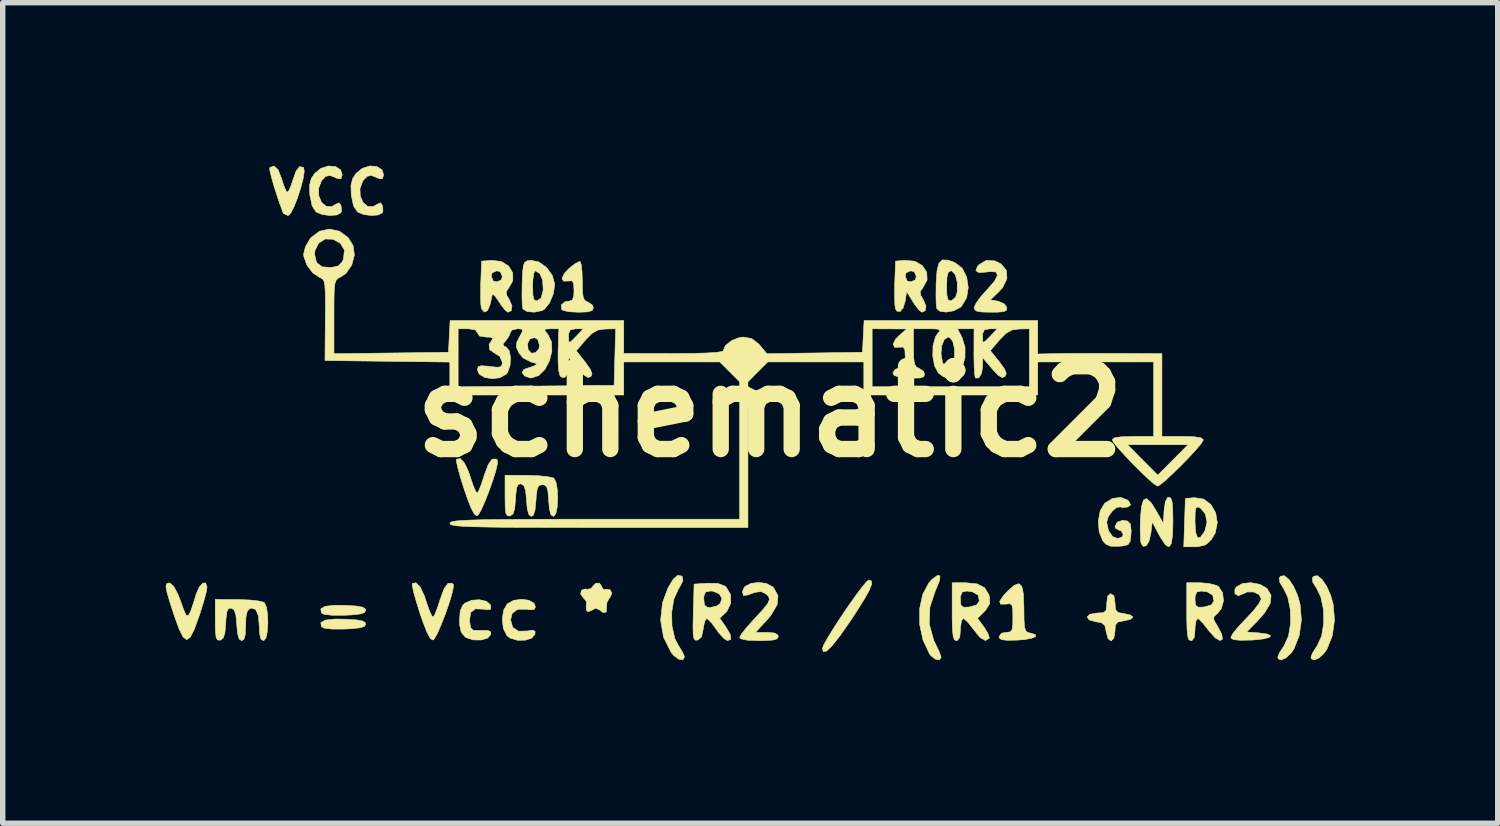
<source format=kicad_pcb>
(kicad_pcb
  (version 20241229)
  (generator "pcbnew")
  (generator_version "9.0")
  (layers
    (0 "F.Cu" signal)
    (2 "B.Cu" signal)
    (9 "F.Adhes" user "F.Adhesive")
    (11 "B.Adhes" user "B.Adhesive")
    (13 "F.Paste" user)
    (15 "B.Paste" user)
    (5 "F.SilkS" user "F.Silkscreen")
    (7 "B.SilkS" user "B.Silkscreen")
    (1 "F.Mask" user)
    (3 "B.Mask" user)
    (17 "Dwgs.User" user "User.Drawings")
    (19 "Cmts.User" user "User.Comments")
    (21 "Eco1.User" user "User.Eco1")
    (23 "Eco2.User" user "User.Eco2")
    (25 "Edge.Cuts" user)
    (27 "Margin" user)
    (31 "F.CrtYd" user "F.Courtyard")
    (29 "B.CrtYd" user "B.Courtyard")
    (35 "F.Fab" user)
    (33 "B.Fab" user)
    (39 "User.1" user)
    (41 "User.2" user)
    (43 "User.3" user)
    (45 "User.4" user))
  (footprint "schematic2"
    (layer "F.Cu")
    (at 11.123 4.526)
    (property "Reference" "schematic2" (at 0 0 0) (layer "F.SilkS") (effects (font (size 1.524 1.524) (thickness 0.3))))
    (attr through_hole)
    (fp_poly (pts (xy -7.818 3.566) (xy -7.617 3.579) (xy -7.499 3.6) (xy -7.448 3.633) (xy -7.442 3.658) (xy -7.464 3.699) (xy -7.542 3.725) (xy -7.693 3.742) (xy -7.832 3.749) (xy -8.061 3.749) (xy -8.207 3.732) (xy -8.256 3.706) (xy -8.268 3.632) (xy -8.19 3.585) (xy -8.02 3.565) (xy -7.818 3.566)) (stroke (width 0.01) (type solid)) (fill yes) (layer "F.SilkS"))
    (fp_poly (pts (xy -7.818 3.82) (xy -7.617 3.833) (xy -7.499 3.854) (xy -7.448 3.887) (xy -7.442 3.912) (xy -7.464 3.953) (xy -7.542 3.979) (xy -7.693 3.996) (xy -7.832 4.003) (xy -8.061 4.003) (xy -8.207 3.986) (xy -8.256 3.96) (xy -8.268 3.886) (xy -8.19 3.839) (xy -8.02 3.819) (xy -7.818 3.82)) (stroke (width 0.01) (type solid)) (fill yes) (layer "F.SilkS"))
    (fp_poly (pts (xy 1.866 3.117) (xy 1.871 3.177) (xy 1.828 3.288) (xy 1.732 3.459) (xy 1.581 3.699) (xy 1.491 3.836) (xy 1.296 4.116) (xy 1.146 4.307) (xy 1.041 4.408) (xy 0.981 4.418) (xy 0.965 4.358) (xy 0.992 4.288) (xy 1.066 4.157) (xy 1.172 3.985) (xy 1.3 3.788) (xy 1.436 3.587) (xy 1.569 3.399) (xy 1.685 3.243) (xy 1.772 3.137) (xy 1.816 3.1) (xy 1.866 3.117)) (stroke (width 0.01) (type solid)) (fill yes) (layer "F.SilkS"))
    (fp_poly (pts (xy 3.129 3.022) (xy 3.123 3.106) (xy 3.06 3.261) (xy 3.046 3.29) (xy 2.943 3.598) (xy 2.932 3.912) (xy 3.014 4.21) (xy 3.037 4.258) (xy 3.104 4.395) (xy 3.144 4.497) (xy 3.15 4.523) (xy 3.118 4.571) (xy 3.046 4.558) (xy 2.963 4.494) (xy 2.935 4.458) (xy 2.815 4.201) (xy 2.755 3.917) (xy 2.754 3.629) (xy 2.811 3.365) (xy 2.925 3.151) (xy 2.979 3.092) (xy 3.08 3.016) (xy 3.129 3.022)) (stroke (width 0.01) (type solid)) (fill yes) (layer "F.SilkS"))
    (fp_poly (pts (xy -1.627 3.027) (xy -1.615 3.038) (xy -1.602 3.112) (xy -1.666 3.236) (xy -1.683 3.26) (xy -1.769 3.451) (xy -1.81 3.694) (xy -1.804 3.948) (xy -1.752 4.178) (xy -1.689 4.3) (xy -1.615 4.418) (xy -1.576 4.505) (xy -1.575 4.516) (xy -1.605 4.57) (xy -1.679 4.558) (xy -1.771 4.49) (xy -1.82 4.432) (xy -1.96 4.152) (xy -2.013 3.839) (xy -1.978 3.516) (xy -1.879 3.25) (xy -1.781 3.085) (xy -1.699 3.013) (xy -1.627 3.027)) (stroke (width 0.01) (type solid)) (fill yes) (layer "F.SilkS"))
    (fp_poly (pts (xy 9.551 3.088) (xy 9.637 3.216) (xy 9.713 3.388) (xy 9.757 3.546) (xy 9.781 3.836) (xy 9.741 4.122) (xy 9.645 4.367) (xy 9.593 4.444) (xy 9.498 4.533) (xy 9.41 4.572) (xy 9.354 4.551) (xy 9.347 4.519) (xy 9.375 4.447) (xy 9.444 4.336) (xy 9.461 4.312) (xy 9.544 4.131) (xy 9.583 3.895) (xy 9.577 3.643) (xy 9.529 3.411) (xy 9.455 3.26) (xy 9.382 3.139) (xy 9.373 3.064) (xy 9.396 3.031) (xy 9.466 3.02) (xy 9.551 3.088)) (stroke (width 0.01) (type solid)) (fill yes) (layer "F.SilkS"))
    (fp_poly (pts (xy 10.16 3.088) (xy 10.247 3.216) (xy 10.322 3.388) (xy 10.366 3.546) (xy 10.391 3.836) (xy 10.351 4.122) (xy 10.254 4.367) (xy 10.202 4.444) (xy 10.108 4.533) (xy 10.02 4.572) (xy 9.964 4.551) (xy 9.957 4.519) (xy 9.985 4.447) (xy 10.054 4.336) (xy 10.071 4.312) (xy 10.154 4.131) (xy 10.192 3.895) (xy 10.187 3.643) (xy 10.138 3.411) (xy 10.065 3.26) (xy 9.991 3.139) (xy 9.983 3.064) (xy 10.005 3.031) (xy 10.075 3.02) (xy 10.16 3.088)) (stroke (width 0.01) (type solid)) (fill yes) (layer "F.SilkS"))
    (fp_poly (pts (xy -4.438 3.473) (xy -4.343 3.529) (xy -4.318 3.593) (xy -4.342 3.644) (xy -4.429 3.647) (xy -4.478 3.638) (xy -4.643 3.638) (xy -4.745 3.712) (xy -4.775 3.835) (xy -4.736 3.972) (xy -4.627 4.042) (xy -4.468 4.038) (xy -4.36 4.022) (xy -4.323 4.048) (xy -4.326 4.097) (xy -4.385 4.17) (xy -4.505 4.208) (xy -4.648 4.209) (xy -4.78 4.171) (xy -4.841 4.126) (xy -4.908 3.993) (xy -4.928 3.821) (xy -4.902 3.653) (xy -4.835 3.538) (xy -4.716 3.474) (xy -4.573 3.454) (xy -4.438 3.473)) (stroke (width 0.01) (type solid)) (fill yes) (layer "F.SilkS"))
    (fp_poly (pts (xy -9.055 -4.453) (xy -8.991 -4.291) (xy -8.946 -4.15) (xy -8.904 -4.056) (xy -8.889 -4.038) (xy -8.855 -4.068) (xy -8.811 -4.17) (xy -8.788 -4.244) (xy -8.724 -4.426) (xy -8.659 -4.509) (xy -8.592 -4.496) (xy -8.583 -4.488) (xy -8.573 -4.418) (xy -8.594 -4.284) (xy -8.638 -4.114) (xy -8.697 -3.933) (xy -8.761 -3.771) (xy -8.821 -3.653) (xy -8.869 -3.607) (xy -8.869 -3.607) (xy -8.951 -3.644) (xy -8.967 -3.67) (xy -9.053 -3.912) (xy -9.125 -4.134) (xy -9.178 -4.319) (xy -9.207 -4.445) (xy -9.207 -4.492) (xy -9.129 -4.521) (xy -9.055 -4.453)) (stroke (width 0.01) (type solid)) (fill yes) (layer "F.SilkS"))
    (fp_poly (pts (xy 7.983 1.611) (xy 8.117 1.712) (xy 8.204 1.864) (xy 8.233 2.046) (xy 8.196 2.233) (xy 8.124 2.355) (xy 8.02 2.451) (xy 7.884 2.487) (xy 7.818 2.489) (xy 7.616 2.489) (xy 7.631 2.034) (xy 7.823 2.034) (xy 7.835 2.224) (xy 7.869 2.318) (xy 7.922 2.315) (xy 7.995 2.214) (xy 8.006 2.192) (xy 8.043 2.036) (xy 8.014 1.886) (xy 7.928 1.78) (xy 7.919 1.775) (xy 7.866 1.755) (xy 7.838 1.779) (xy 7.826 1.866) (xy 7.823 2.034) (xy 7.631 2.034) (xy 7.645 1.6) (xy 7.81 1.584) (xy 7.983 1.611)) (stroke (width 0.01) (type solid)) (fill yes) (layer "F.SilkS"))
    (fp_poly (pts (xy -3.099 3.213) (xy -3.099 3.224) (xy -3.064 3.276) (xy -3.028 3.272) (xy -2.947 3.277) (xy -2.911 3.339) (xy -2.941 3.415) (xy -2.952 3.424) (xy -3.002 3.515) (xy -3.007 3.594) (xy -3.015 3.69) (xy -3.072 3.699) (xy -3.137 3.65) (xy -3.208 3.618) (xy -3.27 3.652) (xy -3.347 3.684) (xy -3.377 3.66) (xy -3.385 3.572) (xy -3.376 3.553) (xy -3.384 3.484) (xy -3.432 3.433) (xy -3.485 3.357) (xy -3.47 3.288) (xy -3.401 3.264) (xy -3.371 3.272) (xy -3.293 3.258) (xy -3.269 3.225) (xy -3.211 3.161) (xy -3.14 3.157) (xy -3.099 3.213)) (stroke (width 0.01) (type solid)) (fill yes) (layer "F.SilkS"))
    (fp_poly (pts (xy -6.439 3.228) (xy -6.362 3.392) (xy -6.327 3.498) (xy -6.274 3.653) (xy -6.227 3.757) (xy -6.199 3.785) (xy -6.167 3.729) (xy -6.119 3.604) (xy -6.071 3.457) (xy -5.999 3.26) (xy -5.928 3.162) (xy -5.857 3.158) (xy -5.83 3.179) (xy -5.829 3.241) (xy -5.859 3.372) (xy -5.913 3.547) (xy -5.981 3.739) (xy -6.054 3.926) (xy -6.122 4.082) (xy -6.178 4.182) (xy -6.204 4.205) (xy -6.252 4.176) (xy -6.312 4.067) (xy -6.389 3.87) (xy -6.445 3.706) (xy -6.511 3.493) (xy -6.56 3.318) (xy -6.585 3.202) (xy -6.585 3.165) (xy -6.516 3.15) (xy -6.439 3.228)) (stroke (width 0.01) (type solid)) (fill yes) (layer "F.SilkS"))
    (fp_poly (pts (xy -5.627 0.942) (xy -5.549 1.106) (xy -5.514 1.212) (xy -5.461 1.367) (xy -5.415 1.471) (xy -5.386 1.499) (xy -5.354 1.443) (xy -5.306 1.318) (xy -5.259 1.171) (xy -5.186 0.974) (xy -5.115 0.876) (xy -5.044 0.872) (xy -5.017 0.893) (xy -5.016 0.955) (xy -5.046 1.086) (xy -5.1 1.261) (xy -5.168 1.453) (xy -5.241 1.64) (xy -5.31 1.796) (xy -5.366 1.896) (xy -5.391 1.919) (xy -5.439 1.89) (xy -5.499 1.781) (xy -5.576 1.584) (xy -5.632 1.42) (xy -5.699 1.207) (xy -5.747 1.032) (xy -5.772 0.916) (xy -5.773 0.879) (xy -5.703 0.864) (xy -5.627 0.942)) (stroke (width 0.01) (type solid)) (fill yes) (layer "F.SilkS"))
    (fp_poly (pts (xy -5.219 3.492) (xy -5.145 3.557) (xy -5.139 3.574) (xy -5.142 3.637) (xy -5.204 3.648) (xy -5.266 3.637) (xy -5.423 3.631) (xy -5.509 3.696) (xy -5.53 3.838) (xy -5.528 3.866) (xy -5.51 3.978) (xy -5.464 4.024) (xy -5.357 4.029) (xy -5.318 4.027) (xy -5.191 4.027) (xy -5.141 4.056) (xy -5.14 4.103) (xy -5.198 4.17) (xy -5.317 4.204) (xy -5.459 4.203) (xy -5.589 4.162) (xy -5.613 4.147) (xy -5.683 4.063) (xy -5.712 3.928) (xy -5.715 3.835) (xy -5.701 3.664) (xy -5.652 3.56) (xy -5.613 3.524) (xy -5.49 3.472) (xy -5.346 3.463) (xy -5.219 3.492)) (stroke (width 0.01) (type solid)) (fill yes) (layer "F.SilkS"))
    (fp_poly (pts (xy -10.364 3.224) (xy -10.363 3.241) (xy -10.379 3.328) (xy -10.42 3.484) (xy -10.48 3.679) (xy -10.507 3.761) (xy -10.596 4.006) (xy -10.67 4.152) (xy -10.737 4.199) (xy -10.804 4.148) (xy -10.878 3.999) (xy -10.967 3.75) (xy -10.968 3.749) (xy -11.05 3.496) (xy -11.1 3.324) (xy -11.118 3.219) (xy -11.106 3.167) (xy -11.067 3.155) (xy -11.041 3.159) (xy -10.974 3.218) (xy -10.897 3.365) (xy -10.843 3.505) (xy -10.786 3.666) (xy -10.743 3.75) (xy -10.705 3.754) (xy -10.662 3.673) (xy -10.605 3.502) (xy -10.563 3.363) (xy -10.507 3.233) (xy -10.444 3.16) (xy -10.39 3.153) (xy -10.364 3.224)) (stroke (width 0.01) (type solid)) (fill yes) (layer "F.SilkS"))
    (fp_poly (pts (xy -7.998 -4.511) (xy -7.904 -4.45) (xy -7.874 -4.358) (xy -7.897 -4.285) (xy -7.95 -4.287) (xy -8.066 -4.334) (xy -8.099 -4.347) (xy -8.179 -4.33) (xy -8.256 -4.248) (xy -8.309 -4.108) (xy -8.304 -3.968) (xy -8.254 -3.851) (xy -8.17 -3.779) (xy -8.067 -3.773) (xy -7.999 -3.812) (xy -7.933 -3.843) (xy -7.896 -3.793) (xy -7.886 -3.694) (xy -7.898 -3.66) (xy -7.974 -3.619) (xy -8.104 -3.609) (xy -8.246 -3.629) (xy -8.354 -3.674) (xy -8.428 -3.786) (xy -8.469 -3.985) (xy -8.47 -3.992) (xy -8.475 -4.167) (xy -8.443 -4.289) (xy -8.383 -4.382) (xy -8.266 -4.478) (xy -8.128 -4.521) (xy -7.998 -4.511)) (stroke (width 0.01) (type solid)) (fill yes) (layer "F.SilkS"))
    (fp_poly (pts (xy -7.236 -4.511) (xy -7.142 -4.45) (xy -7.112 -4.358) (xy -7.135 -4.285) (xy -7.188 -4.287) (xy -7.304 -4.334) (xy -7.337 -4.347) (xy -7.417 -4.33) (xy -7.494 -4.248) (xy -7.547 -4.108) (xy -7.542 -3.968) (xy -7.492 -3.851) (xy -7.408 -3.779) (xy -7.305 -3.773) (xy -7.237 -3.812) (xy -7.171 -3.843) (xy -7.133 -3.793) (xy -7.124 -3.694) (xy -7.136 -3.66) (xy -7.212 -3.619) (xy -7.342 -3.609) (xy -7.484 -3.629) (xy -7.592 -3.674) (xy -7.666 -3.786) (xy -7.707 -3.985) (xy -7.708 -3.992) (xy -7.713 -4.167) (xy -7.681 -4.289) (xy -7.621 -4.382) (xy -7.504 -4.478) (xy -7.366 -4.521) (xy -7.236 -4.511)) (stroke (width 0.01) (type solid)) (fill yes) (layer "F.SilkS"))
    (fp_poly (pts (xy 4.14 -2.774) (xy 4.256 -2.715) (xy 4.353 -2.595) (xy 4.361 -2.446) (xy 4.283 -2.285) (xy 4.213 -2.207) (xy 4.057 -2.057) (xy 4.199 -2.032) (xy 4.313 -1.983) (xy 4.359 -1.917) (xy 4.355 -1.868) (xy 4.306 -1.841) (xy 4.19 -1.83) (xy 4.068 -1.829) (xy 3.894 -1.833) (xy 3.799 -1.851) (xy 3.763 -1.888) (xy 3.759 -1.916) (xy 3.793 -1.995) (xy 3.881 -2.116) (xy 3.994 -2.241) (xy 4.134 -2.402) (xy 4.188 -2.513) (xy 4.156 -2.571) (xy 4.037 -2.577) (xy 3.991 -2.569) (xy 3.846 -2.558) (xy 3.789 -2.594) (xy 3.82 -2.674) (xy 3.843 -2.701) (xy 3.978 -2.783) (xy 4.14 -2.774)) (stroke (width 0.01) (type solid)) (fill yes) (layer "F.SilkS"))
    (fp_poly (pts (xy 7.379 1.595) (xy 7.402 1.666) (xy 7.413 1.805) (xy 7.417 2.028) (xy 7.417 2.032) (xy 7.409 2.283) (xy 7.385 2.435) (xy 7.343 2.491) (xy 7.279 2.453) (xy 7.192 2.322) (xy 7.157 2.259) (xy 7.036 2.029) (xy 7.01 2.242) (xy 6.977 2.386) (xy 6.925 2.47) (xy 6.869 2.48) (xy 6.83 2.425) (xy 6.819 2.341) (xy 6.814 2.187) (xy 6.817 1.996) (xy 6.818 1.976) (xy 6.837 1.753) (xy 6.874 1.628) (xy 6.931 1.601) (xy 7.011 1.671) (xy 7.111 1.829) (xy 7.239 2.057) (xy 7.254 1.816) (xy 7.277 1.654) (xy 7.319 1.581) (xy 7.343 1.575) (xy 7.379 1.595)) (stroke (width 0.01) (type solid)) (fill yes) (layer "F.SilkS"))
    (fp_poly (pts (xy -3.493 -2.761) (xy -3.474 -2.702) (xy -3.46 -2.57) (xy -3.454 -2.393) (xy -3.454 -2.391) (xy -3.451 -2.204) (xy -3.436 -2.095) (xy -3.403 -2.04) (xy -3.353 -2.017) (xy -3.27 -1.962) (xy -3.251 -1.91) (xy -3.273 -1.861) (xy -3.351 -1.836) (xy -3.507 -1.829) (xy -3.528 -1.829) (xy -3.687 -1.837) (xy -3.801 -1.86) (xy -3.835 -1.88) (xy -3.843 -1.964) (xy -3.772 -2.021) (xy -3.705 -2.032) (xy -3.64 -2.051) (xy -3.612 -2.124) (xy -3.607 -2.23) (xy -3.614 -2.358) (xy -3.644 -2.407) (xy -3.703 -2.404) (xy -3.802 -2.401) (xy -3.828 -2.454) (xy -3.782 -2.547) (xy -3.698 -2.636) (xy -3.59 -2.721) (xy -3.51 -2.762) (xy -3.493 -2.761)) (stroke (width 0.01) (type solid)) (fill yes) (layer "F.SilkS"))
    (fp_poly (pts (xy 4.635 3.218) (xy 4.664 3.356) (xy 4.673 3.588) (xy 4.674 3.627) (xy 4.676 3.837) (xy 4.685 3.967) (xy 4.707 4.036) (xy 4.745 4.066) (xy 4.777 4.073) (xy 4.88 4.102) (xy 4.893 4.136) (xy 4.825 4.17) (xy 4.689 4.196) (xy 4.559 4.206) (xy 4.373 4.21) (xy 4.267 4.2) (xy 4.223 4.171) (xy 4.216 4.143) (xy 4.26 4.079) (xy 4.343 4.064) (xy 4.417 4.056) (xy 4.455 4.017) (xy 4.469 3.921) (xy 4.47 3.792) (xy 4.468 3.635) (xy 4.451 3.557) (xy 4.41 3.535) (xy 4.343 3.544) (xy 4.242 3.544) (xy 4.228 3.491) (xy 4.299 3.385) (xy 4.376 3.303) (xy 4.497 3.197) (xy 4.581 3.167) (xy 4.635 3.218)) (stroke (width 0.01) (type solid)) (fill yes) (layer "F.SilkS"))
    (fp_poly (pts (xy 6.331 3.392) (xy 6.35 3.517) (xy 6.35 3.527) (xy 6.36 3.647) (xy 6.409 3.699) (xy 6.515 3.718) (xy 6.628 3.742) (xy 6.68 3.781) (xy 6.68 3.785) (xy 6.636 3.823) (xy 6.527 3.85) (xy 6.515 3.851) (xy 6.403 3.873) (xy 6.358 3.929) (xy 6.35 4.042) (xy 6.328 4.175) (xy 6.277 4.221) (xy 6.222 4.179) (xy 6.188 4.051) (xy 6.163 3.935) (xy 6.097 3.885) (xy 6.007 3.87) (xy 5.877 3.836) (xy 5.837 3.781) (xy 5.885 3.731) (xy 6.019 3.708) (xy 6.02 3.708) (xy 6.139 3.701) (xy 6.188 3.656) (xy 6.198 3.544) (xy 6.198 3.531) (xy 6.214 3.399) (xy 6.267 3.353) (xy 6.274 3.353) (xy 6.331 3.392)) (stroke (width 0.01) (type solid)) (fill yes) (layer "F.SilkS"))
    (fp_poly (pts (xy 3.277 -2.788) (xy 3.403 -2.743) (xy 3.538 -2.638) (xy 3.621 -2.474) (xy 3.649 -2.282) (xy 3.619 -2.094) (xy 3.526 -1.94) (xy 3.501 -1.918) (xy 3.38 -1.855) (xy 3.242 -1.831) (xy 3.125 -1.848) (xy 3.07 -1.897) (xy 3.059 -1.978) (xy 3.055 -2.13) (xy 3.057 -2.308) (xy 3.251 -2.308) (xy 3.256 -2.145) (xy 3.274 -2.063) (xy 3.312 -2.039) (xy 3.34 -2.041) (xy 3.416 -2.104) (xy 3.446 -2.204) (xy 3.447 -2.381) (xy 3.412 -2.518) (xy 3.348 -2.587) (xy 3.326 -2.591) (xy 3.281 -2.565) (xy 3.258 -2.475) (xy 3.251 -2.308) (xy 3.057 -2.308) (xy 3.057 -2.324) (xy 3.058 -2.366) (xy 3.074 -2.593) (xy 3.109 -2.731) (xy 3.172 -2.792) (xy 3.277 -2.788)) (stroke (width 0.01) (type solid)) (fill yes) (layer "F.SilkS"))
    (fp_poly (pts (xy -0.064 3.164) (xy 0.056 3.23) (xy 0.068 3.243) (xy 0.147 3.389) (xy 0.131 3.556) (xy 0.019 3.747) (xy -0.057 3.837) (xy -0.267 4.064) (xy -0.057 4.064) (xy 0.086 4.076) (xy 0.147 4.115) (xy 0.152 4.14) (xy 0.131 4.182) (xy 0.056 4.205) (xy -0.092 4.215) (xy -0.203 4.216) (xy -0.419 4.208) (xy -0.536 4.183) (xy -0.559 4.157) (xy -0.526 4.095) (xy -0.438 3.983) (xy -0.313 3.842) (xy -0.279 3.806) (xy -0.127 3.642) (xy -0.04 3.531) (xy -0.01 3.456) (xy -0.029 3.399) (xy -0.076 3.353) (xy -0.159 3.314) (xy -0.273 3.326) (xy -0.419 3.378) (xy -0.49 3.384) (xy -0.508 3.313) (xy -0.465 3.222) (xy -0.355 3.164) (xy -0.211 3.144) (xy -0.064 3.164)) (stroke (width 0.01) (type solid)) (fill yes) (layer "F.SilkS"))
    (fp_poly (pts (xy 2.666 -2.767) (xy 2.805 -2.687) (xy 2.885 -2.565) (xy 2.892 -2.422) (xy 2.815 -2.282) (xy 2.765 -2.209) (xy 2.775 -2.139) (xy 2.82 -2.064) (xy 2.871 -1.943) (xy 2.857 -1.857) (xy 2.795 -1.829) (xy 2.744 -1.868) (xy 2.667 -1.967) (xy 2.633 -2.019) (xy 2.515 -2.21) (xy 2.489 -2.036) (xy 2.451 -1.908) (xy 2.394 -1.841) (xy 2.336 -1.849) (xy 2.309 -1.893) (xy 2.298 -1.975) (xy 2.293 -2.129) (xy 2.295 -2.324) (xy 2.296 -2.367) (xy 2.301 -2.489) (xy 2.489 -2.489) (xy 2.525 -2.404) (xy 2.591 -2.388) (xy 2.676 -2.424) (xy 2.692 -2.489) (xy 2.656 -2.574) (xy 2.591 -2.591) (xy 2.506 -2.555) (xy 2.489 -2.489) (xy 2.301 -2.489) (xy 2.311 -2.769) (xy 2.48 -2.785) (xy 2.666 -2.767)) (stroke (width 0.01) (type solid)) (fill yes) (layer "F.SilkS"))
    (fp_poly (pts (xy 9.016 3.179) (xy 9.145 3.252) (xy 9.148 3.256) (xy 9.223 3.381) (xy 9.209 3.527) (xy 9.106 3.702) (xy 8.981 3.845) (xy 8.774 4.057) (xy 8.997 4.073) (xy 9.153 4.094) (xy 9.215 4.124) (xy 9.189 4.156) (xy 9.082 4.184) (xy 8.901 4.204) (xy 8.852 4.206) (xy 8.651 4.209) (xy 8.535 4.198) (xy 8.487 4.169) (xy 8.484 4.153) (xy 8.518 4.088) (xy 8.608 3.975) (xy 8.736 3.837) (xy 8.763 3.81) (xy 8.897 3.667) (xy 8.996 3.54) (xy 9.041 3.453) (xy 9.042 3.444) (xy 9 3.365) (xy 8.899 3.32) (xy 8.782 3.32) (xy 8.709 3.355) (xy 8.618 3.39) (xy 8.558 3.352) (xy 8.557 3.27) (xy 8.583 3.228) (xy 8.694 3.165) (xy 8.851 3.149) (xy 9.016 3.179)) (stroke (width 0.01) (type solid)) (fill yes) (layer "F.SilkS"))
    (fp_poly (pts (xy -4.257 -2.756) (xy -4.115 -2.655) (xy -4.008 -2.51) (xy -3.963 -2.347) (xy -3.962 -2.338) (xy -3.989 -2.164) (xy -4.058 -2.001) (xy -4.15 -1.886) (xy -4.193 -1.86) (xy -4.334 -1.83) (xy -4.465 -1.84) (xy -4.545 -1.886) (xy -4.55 -1.897) (xy -4.561 -1.978) (xy -4.565 -2.13) (xy -4.563 -2.308) (xy -4.369 -2.308) (xy -4.364 -2.145) (xy -4.346 -2.063) (xy -4.308 -2.039) (xy -4.28 -2.041) (xy -4.211 -2.094) (xy -4.177 -2.229) (xy -4.175 -2.252) (xy -4.185 -2.419) (xy -4.237 -2.541) (xy -4.32 -2.591) (xy -4.324 -2.591) (xy -4.348 -2.545) (xy -4.365 -2.426) (xy -4.369 -2.308) (xy -4.563 -2.308) (xy -4.563 -2.324) (xy -4.562 -2.367) (xy -4.553 -2.567) (xy -4.539 -2.688) (xy -4.513 -2.75) (xy -4.465 -2.776) (xy -4.406 -2.785) (xy -4.257 -2.756)) (stroke (width 0.01) (type solid)) (fill yes) (layer "F.SilkS"))
    (fp_poly (pts (xy 6.582 1.629) (xy 6.604 1.65) (xy 6.638 1.717) (xy 6.587 1.756) (xy 6.489 1.766) (xy 6.456 1.755) (xy 6.384 1.762) (xy 6.299 1.832) (xy 6.227 1.933) (xy 6.198 2.035) (xy 6.229 2.191) (xy 6.308 2.301) (xy 6.403 2.337) (xy 6.484 2.305) (xy 6.502 2.261) (xy 6.462 2.193) (xy 6.426 2.184) (xy 6.359 2.147) (xy 6.35 2.114) (xy 6.392 2.035) (xy 6.492 2.001) (xy 6.581 2.015) (xy 6.634 2.07) (xy 6.648 2.195) (xy 6.645 2.254) (xy 6.63 2.387) (xy 6.589 2.45) (xy 6.494 2.473) (xy 6.418 2.479) (xy 6.268 2.478) (xy 6.177 2.437) (xy 6.126 2.379) (xy 6.059 2.214) (xy 6.043 2.017) (xy 6.078 1.827) (xy 6.161 1.687) (xy 6.163 1.685) (xy 6.305 1.599) (xy 6.457 1.579) (xy 6.582 1.629)) (stroke (width 0.01) (type solid)) (fill yes) (layer "F.SilkS"))
    (fp_poly (pts (xy -4.943 -2.762) (xy -4.809 -2.677) (xy -4.735 -2.551) (xy -4.734 -2.407) (xy -4.805 -2.282) (xy -4.855 -2.209) (xy -4.845 -2.139) (xy -4.8 -2.064) (xy -4.749 -1.943) (xy -4.763 -1.857) (xy -4.825 -1.829) (xy -4.876 -1.868) (xy -4.953 -1.967) (xy -4.984 -2.016) (xy -5.055 -2.118) (xy -5.102 -2.161) (xy -5.111 -2.155) (xy -5.129 -2.074) (xy -5.153 -1.968) (xy -5.198 -1.86) (xy -5.257 -1.832) (xy -5.311 -1.893) (xy -5.312 -1.897) (xy -5.323 -1.978) (xy -5.327 -2.13) (xy -5.325 -2.324) (xy -5.324 -2.367) (xy -5.319 -2.489) (xy -5.131 -2.489) (xy -5.095 -2.404) (xy -5.029 -2.388) (xy -4.944 -2.424) (xy -4.928 -2.489) (xy -4.964 -2.574) (xy -5.029 -2.591) (xy -5.114 -2.555) (xy -5.131 -2.489) (xy -5.319 -2.489) (xy -5.309 -2.769) (xy -5.121 -2.784) (xy -4.943 -2.762)) (stroke (width 0.01) (type solid)) (fill yes) (layer "F.SilkS"))
    (fp_poly (pts (xy 3.812 3.171) (xy 3.951 3.242) (xy 4.029 3.372) (xy 4.041 3.414) (xy 4.044 3.535) (xy 3.976 3.647) (xy 3.947 3.678) (xy 3.82 3.804) (xy 3.94 3.967) (xy 4.01 4.08) (xy 4.037 4.161) (xy 4.034 4.173) (xy 3.964 4.214) (xy 3.867 4.158) (xy 3.747 4.011) (xy 3.656 3.893) (xy 3.581 3.821) (xy 3.556 3.81) (xy 3.524 3.855) (xy 3.507 3.968) (xy 3.505 4.013) (xy 3.493 4.154) (xy 3.451 4.213) (xy 3.429 4.216) (xy 3.394 4.2) (xy 3.372 4.14) (xy 3.359 4.02) (xy 3.353 3.824) (xy 3.353 3.683) (xy 3.353 3.458) (xy 3.505 3.458) (xy 3.514 3.563) (xy 3.563 3.601) (xy 3.67 3.597) (xy 3.804 3.559) (xy 3.853 3.486) (xy 3.831 3.379) (xy 3.726 3.316) (xy 3.619 3.303) (xy 3.538 3.321) (xy 3.508 3.396) (xy 3.505 3.458) (xy 3.353 3.458) (xy 3.353 3.15) (xy 3.597 3.15) (xy 3.812 3.171)) (stroke (width 0.01) (type solid)) (fill yes) (layer "F.SilkS"))
    (fp_poly (pts (xy -9.792 3.46) (xy -9.59 3.467) (xy -9.424 3.484) (xy -9.322 3.508) (xy -9.309 3.515) (xy -9.27 3.594) (xy -9.248 3.729) (xy -9.242 3.89) (xy -9.252 4.045) (xy -9.277 4.164) (xy -9.318 4.216) (xy -9.322 4.216) (xy -9.371 4.188) (xy -9.394 4.089) (xy -9.399 3.975) (xy -9.416 3.761) (xy -9.466 3.642) (xy -9.549 3.617) (xy -9.571 3.623) (xy -9.621 3.672) (xy -9.646 3.784) (xy -9.652 3.935) (xy -9.659 4.106) (xy -9.684 4.194) (xy -9.726 4.216) (xy -9.772 4.185) (xy -9.801 4.08) (xy -9.815 3.925) (xy -9.831 3.749) (xy -9.861 3.654) (xy -9.913 3.618) (xy -9.916 3.617) (xy -9.966 3.624) (xy -9.996 3.682) (xy -10.013 3.813) (xy -10.018 3.895) (xy -10.033 4.07) (xy -10.062 4.166) (xy -10.112 4.205) (xy -10.122 4.207) (xy -10.167 4.204) (xy -10.194 4.162) (xy -10.207 4.06) (xy -10.211 3.88) (xy -10.211 3.84) (xy -10.211 3.457) (xy -9.792 3.46)) (stroke (width 0.01) (type solid)) (fill yes) (layer "F.SilkS"))
    (fp_poly (pts (xy -4.458 1.174) (xy -4.256 1.181) (xy -4.09 1.198) (xy -3.988 1.222) (xy -3.975 1.229) (xy -3.937 1.307) (xy -3.914 1.442) (xy -3.908 1.602) (xy -3.917 1.758) (xy -3.942 1.877) (xy -3.981 1.93) (xy -3.985 1.93) (xy -4.032 1.899) (xy -4.06 1.795) (xy -4.074 1.638) (xy -4.087 1.472) (xy -4.111 1.383) (xy -4.155 1.35) (xy -4.191 1.346) (xy -4.25 1.359) (xy -4.283 1.414) (xy -4.301 1.534) (xy -4.308 1.638) (xy -4.326 1.819) (xy -4.358 1.911) (xy -4.394 1.93) (xy -4.44 1.895) (xy -4.469 1.781) (xy -4.481 1.639) (xy -4.497 1.464) (xy -4.527 1.368) (xy -4.579 1.332) (xy -4.582 1.331) (xy -4.632 1.338) (xy -4.662 1.396) (xy -4.679 1.527) (xy -4.684 1.609) (xy -4.699 1.784) (xy -4.728 1.88) (xy -4.778 1.919) (xy -4.788 1.921) (xy -4.833 1.918) (xy -4.86 1.876) (xy -4.873 1.774) (xy -4.877 1.594) (xy -4.877 1.554) (xy -4.877 1.171) (xy -4.458 1.174)) (stroke (width 0.01) (type solid)) (fill yes) (layer "F.SilkS"))
    (fp_poly (pts (xy -0.96 3.163) (xy -0.835 3.209) (xy -0.807 3.231) (xy -0.727 3.365) (xy -0.722 3.526) (xy -0.792 3.675) (xy -0.819 3.703) (xy -0.926 3.803) (xy -0.819 3.954) (xy -0.73 4.104) (xy -0.721 4.191) (xy -0.781 4.216) (xy -0.848 4.177) (xy -0.939 4.077) (xy -0.985 4.013) (xy -1.072 3.894) (xy -1.144 3.821) (xy -1.166 3.81) (xy -1.2 3.855) (xy -1.225 3.966) (xy -1.229 4) (xy -1.259 4.144) (xy -1.324 4.205) (xy -1.335 4.207) (xy -1.376 4.207) (xy -1.401 4.176) (xy -1.414 4.096) (xy -1.417 3.952) (xy -1.412 3.724) (xy -1.412 3.7) (xy -1.405 3.454) (xy -1.219 3.454) (xy -1.205 3.564) (xy -1.147 3.604) (xy -1.098 3.607) (xy -0.977 3.576) (xy -0.914 3.531) (xy -0.885 3.436) (xy -0.937 3.353) (xy -1.05 3.306) (xy -1.098 3.302) (xy -1.185 3.32) (xy -1.217 3.393) (xy -1.219 3.454) (xy -1.405 3.454) (xy -1.397 3.175) (xy -1.15 3.159) (xy -0.96 3.163)) (stroke (width 0.01) (type solid)) (fill yes) (layer "F.SilkS"))
    (fp_poly (pts (xy 8.081 3.164) (xy 8.217 3.199) (xy 8.254 3.219) (xy 8.33 3.33) (xy 8.348 3.481) (xy 8.306 3.629) (xy 8.242 3.709) (xy 8.174 3.771) (xy 8.166 3.826) (xy 8.216 3.916) (xy 8.233 3.942) (xy 8.316 4.098) (xy 8.328 4.191) (xy 8.284 4.215) (xy 8.196 4.166) (xy 8.08 4.037) (xy 8.061 4.012) (xy 7.969 3.894) (xy 7.895 3.821) (xy 7.871 3.81) (xy 7.841 3.855) (xy 7.824 3.968) (xy 7.823 4.013) (xy 7.811 4.154) (xy 7.769 4.213) (xy 7.747 4.216) (xy 7.712 4.2) (xy 7.69 4.14) (xy 7.677 4.02) (xy 7.671 3.824) (xy 7.671 3.683) (xy 7.671 3.458) (xy 7.823 3.458) (xy 7.832 3.563) (xy 7.881 3.601) (xy 7.988 3.597) (xy 8.122 3.559) (xy 8.171 3.486) (xy 8.149 3.379) (xy 8.044 3.316) (xy 7.938 3.303) (xy 7.856 3.321) (xy 7.826 3.396) (xy 7.823 3.458) (xy 7.671 3.458) (xy 7.671 3.15) (xy 7.915 3.15) (xy 8.081 3.164)) (stroke (width 0.01) (type solid)) (fill yes) (layer "F.SilkS"))
    (fp_poly (pts (xy -7.923 -3.319) (xy -7.765 -3.203) (xy -7.674 -3.057) (xy -7.65 -2.881) (xy -7.699 -2.697) (xy -7.805 -2.544) (xy -7.897 -2.481) (xy -7.949 -2.455) (xy -7.985 -2.419) (xy -8.008 -2.358) (xy -8.02 -2.253) (xy -8.025 -2.088) (xy -8.026 -1.843) (xy -8.026 -1.743) (xy -8.026 -1.065) (xy -5.918 -1.092) (xy -5.896 -1.524) (xy -5.74 -1.524) (xy -5.74 -0.456) (xy -2.87 -0.483) (xy -2.841 -1.524) (xy -3.034 -1.52) (xy -3.169 -1.501) (xy -3.279 -1.438) (xy -3.396 -1.317) (xy -3.566 -1.12) (xy -3.402 -0.912) (xy -3.306 -0.778) (xy -3.276 -0.694) (xy -3.297 -0.645) (xy -3.35 -0.627) (xy -3.425 -0.674) (xy -3.531 -0.788) (xy -3.705 -0.991) (xy -3.706 -0.828) (xy -3.728 -0.696) (xy -3.778 -0.626) (xy -3.842 -0.636) (xy -3.868 -0.667) (xy -3.888 -0.749) (xy -3.9 -0.902) (xy -3.901 -1.095) (xy -3.9 -1.13) (xy -3.891 -1.397) (xy -3.708 -1.397) (xy -3.703 -1.301) (xy -3.692 -1.27) (xy -3.65 -1.303) (xy -3.569 -1.384) (xy -3.556 -1.397) (xy -3.437 -1.524) (xy -3.573 -1.524) (xy -3.674 -1.506) (xy -3.707 -1.433) (xy -3.708 -1.397) (xy -3.891 -1.397) (xy -3.886 -1.524) (xy -4.034 -1.524) (xy -4.134 -1.519) (xy -4.145 -1.49) (xy -4.091 -1.424) (xy -4.022 -1.285) (xy -4.015 -1.114) (xy -4.059 -0.935) (xy -4.143 -0.776) (xy -4.258 -0.662) (xy -4.392 -0.619) (xy -4.414 -0.62) (xy -4.518 -0.656) (xy -4.562 -0.717) (xy -4.532 -0.773) (xy -4.5 -0.787) (xy -4.352 -0.837) (xy -4.294 -0.869) (xy -4.318 -0.892) (xy -4.392 -0.91) (xy -4.545 -0.988) (xy -4.621 -1.08) (xy -4.669 -1.187) (xy -4.664 -1.25) (xy -4.463 -1.25) (xy -4.451 -1.139) (xy -4.39 -1.075) (xy -4.313 -1.085) (xy -4.254 -1.155) (xy -4.242 -1.219) (xy -4.275 -1.329) (xy -4.331 -1.362) (xy -4.418 -1.338) (xy -4.463 -1.25) (xy -4.664 -1.25) (xy -4.662 -1.274) (xy -4.612 -1.372) (xy -4.558 -1.474) (xy -4.562 -1.516) (xy -4.629 -1.524) (xy -4.651 -1.524) (xy -4.745 -1.503) (xy -4.775 -1.465) (xy -4.807 -1.383) (xy -4.858 -1.313) (xy -4.914 -1.242) (xy -4.896 -1.206) (xy -4.858 -1.189) (xy -4.8 -1.119) (xy -4.775 -0.992) (xy -4.785 -0.847) (xy -4.829 -0.723) (xy -4.855 -0.689) (xy -4.97 -0.624) (xy -5.113 -0.605) (xy -5.251 -0.629) (xy -5.352 -0.689) (xy -5.385 -0.766) (xy -5.372 -0.824) (xy -5.318 -0.844) (xy -5.196 -0.836) (xy -5.156 -0.83) (xy -5.016 -0.816) (xy -4.949 -0.828) (xy -4.929 -0.878) (xy -4.928 -0.909) (xy -4.974 -1.018) (xy -5.055 -1.067) (xy -5.161 -1.141) (xy -5.171 -1.237) (xy -5.121 -1.311) (xy -5.1 -1.353) (xy -5.16 -1.37) (xy -5.222 -1.372) (xy -5.348 -1.391) (xy -5.385 -1.448) (xy -5.423 -1.504) (xy -5.546 -1.524) (xy -5.563 -1.524) (xy -5.74 -1.524) (xy -5.896 -1.524) (xy -5.888 -1.676) (xy -2.692 -1.676) (xy -2.692 -1.071) (xy -1.778 -1.069) (xy -1.431 -1.071) (xy -1.161 -1.079) (xy -0.973 -1.091) (xy -0.876 -1.108) (xy -0.864 -1.118) (xy -0.819 -1.217) (xy -0.708 -1.306) (xy -0.564 -1.363) (xy -0.487 -1.372) (xy -0.335 -1.344) (xy -0.208 -1.245) (xy -0.185 -1.218) (xy -0.056 -1.065) (xy 0.823 -1.079) (xy 1.702 -1.092) (xy 1.724 -1.524) (xy 1.88 -1.524) (xy 1.88 -0.457) (xy 4.775 -0.457) (xy 4.775 -1.524) (xy 4.585 -1.52) (xy 4.45 -1.501) (xy 4.339 -1.436) (xy 4.225 -1.319) (xy 4.056 -1.122) (xy 4.222 -0.916) (xy 4.317 -0.784) (xy 4.349 -0.702) (xy 4.325 -0.647) (xy 4.325 -0.647) (xy 4.273 -0.626) (xy 4.203 -0.667) (xy 4.095 -0.78) (xy 4.089 -0.788) (xy 3.915 -0.991) (xy 3.914 -0.828) (xy 3.893 -0.702) (xy 3.846 -0.623) (xy 3.788 -0.616) (xy 3.778 -0.625) (xy 3.767 -0.684) (xy 3.758 -0.819) (xy 3.754 -1.006) (xy 3.754 -1.087) (xy 3.755 -1.397) (xy 3.912 -1.397) (xy 3.917 -1.301) (xy 3.928 -1.27) (xy 3.97 -1.303) (xy 4.051 -1.384) (xy 4.064 -1.397) (xy 4.183 -1.524) (xy 4.047 -1.524) (xy 3.946 -1.506) (xy 3.913 -1.433) (xy 3.912 -1.397) (xy 3.755 -1.397) (xy 3.756 -1.524) (xy 3.452 -1.524) (xy 3.535 -1.363) (xy 3.59 -1.184) (xy 3.589 -0.993) (xy 3.54 -0.817) (xy 3.452 -0.682) (xy 3.332 -0.613) (xy 3.294 -0.61) (xy 3.19 -0.644) (xy 3.099 -0.711) (xy 3.029 -0.84) (xy 2.996 -1.022) (xy 2.997 -1.065) (xy 3.148 -1.065) (xy 3.174 -0.91) (xy 3.181 -0.891) (xy 3.241 -0.824) (xy 3.316 -0.836) (xy 3.377 -0.914) (xy 3.395 -0.984) (xy 3.396 -1.158) (xy 3.363 -1.295) (xy 3.304 -1.367) (xy 3.281 -1.372) (xy 3.208 -1.327) (xy 3.161 -1.214) (xy 3.148 -1.065) (xy 2.997 -1.065) (xy 3.001 -1.215) (xy 3.046 -1.377) (xy 3.081 -1.431) (xy 3.124 -1.485) (xy 3.112 -1.513) (xy 3.03 -1.523) (xy 2.903 -1.524) (xy 2.642 -1.524) (xy 2.642 -1.174) (xy 2.645 -0.987) (xy 2.66 -0.877) (xy 2.692 -0.822) (xy 2.743 -0.798) (xy 2.826 -0.741) (xy 2.845 -0.688) (xy 2.828 -0.641) (xy 2.765 -0.619) (xy 2.631 -0.616) (xy 2.553 -0.62) (xy 2.377 -0.636) (xy 2.285 -0.666) (xy 2.261 -0.711) (xy 2.304 -0.777) (xy 2.375 -0.804) (xy 2.451 -0.831) (xy 2.484 -0.905) (xy 2.489 -1.015) (xy 2.482 -1.14) (xy 2.451 -1.188) (xy 2.393 -1.185) (xy 2.294 -1.184) (xy 2.266 -1.239) (xy 2.31 -1.331) (xy 2.372 -1.395) (xy 2.515 -1.521) (xy 1.88 -1.524) (xy 1.724 -1.524) (xy 1.732 -1.676) (xy 4.928 -1.676) (xy 4.928 -1.06) (xy 5.271 -1.067) (xy 5.446 -1.07) (xy 5.694 -1.071) (xy 5.987 -1.072) (xy 6.296 -1.071) (xy 6.413 -1.071) (xy 7.214 -1.067) (xy 7.214 0.457) (xy 7.595 0.457) (xy 7.807 0.463) (xy 7.929 0.482) (xy 7.975 0.515) (xy 7.976 0.522) (xy 7.941 0.582) (xy 7.85 0.692) (xy 7.72 0.834) (xy 7.57 0.989) (xy 7.418 1.138) (xy 7.282 1.264) (xy 7.18 1.347) (xy 7.135 1.372) (xy 7.076 1.337) (xy 6.968 1.244) (xy 6.829 1.113) (xy 6.677 0.961) (xy 6.53 0.806) (xy 6.406 0.669) (xy 6.359 0.61) (xy 6.582 0.61) (xy 6.858 0.889) (xy 6.989 1.021) (xy 7.087 1.119) (xy 7.135 1.167) (xy 7.137 1.168) (xy 7.172 1.135) (xy 7.26 1.047) (xy 7.385 0.921) (xy 7.417 0.889) (xy 7.693 0.61) (xy 6.582 0.61) (xy 6.359 0.61) (xy 6.323 0.566) (xy 6.299 0.52) (xy 6.338 0.484) (xy 6.46 0.464) (xy 6.674 0.457) (xy 6.68 0.457) (xy 7.061 0.457) (xy 7.061 -0.914) (xy 4.928 -0.914) (xy 4.928 -0.305) (xy 1.727 -0.305) (xy 1.727 -0.914) (xy 0.843 -0.914) (xy -0.041 -0.914) (xy -0.224 -0.732) (xy -0.406 -0.549) (xy -0.406 0.792) (xy -0.406 2.134) (xy -3.15 2.134) (xy -3.753 2.133) (xy -4.263 2.132) (xy -4.686 2.131) (xy -5.031 2.128) (xy -5.305 2.123) (xy -5.516 2.118) (xy -5.672 2.11) (xy -5.779 2.101) (xy -5.847 2.089) (xy -5.882 2.075) (xy -5.893 2.058) (xy -5.893 2.057) (xy -5.883 2.04) (xy -5.849 2.026) (xy -5.782 2.014) (xy -5.676 2.005) (xy -5.521 1.997) (xy -5.311 1.991) (xy -5.037 1.987) (xy -4.692 1.984) (xy -4.268 1.982) (xy -3.757 1.981) (xy -3.226 1.981) (xy -0.559 1.981) (xy -0.559 -0.549) (xy -0.742 -0.732) (xy -0.925 -0.914) (xy -1.808 -0.914) (xy -2.692 -0.914) (xy -2.692 -0.305) (xy -5.893 -0.305) (xy -5.893 -0.912) (xy -7.042 -0.926) (xy -8.191 -0.94) (xy -8.185 -1.686) (xy -8.183 -1.976) (xy -8.185 -2.18) (xy -8.193 -2.315) (xy -8.208 -2.396) (xy -8.233 -2.439) (xy -8.269 -2.46) (xy -8.279 -2.463) (xy -8.413 -2.55) (xy -8.524 -2.696) (xy -8.582 -2.859) (xy -8.585 -2.898) (xy -8.382 -2.898) (xy -8.348 -2.745) (xy -8.245 -2.665) (xy -8.078 -2.652) (xy -7.945 -2.681) (xy -7.873 -2.758) (xy -7.851 -2.809) (xy -7.834 -2.974) (xy -7.909 -3.099) (xy -8.043 -3.172) (xy -8.187 -3.177) (xy -8.306 -3.102) (xy -8.375 -2.967) (xy -8.382 -2.898) (xy -8.585 -2.898) (xy -8.585 -2.899) (xy -8.552 -3.031) (xy -8.471 -3.174) (xy -8.454 -3.197) (xy -8.292 -3.32) (xy -8.107 -3.36) (xy -7.923 -3.319)) (stroke (width 0.01) (type solid)) (fill yes) (layer "F.SilkS")))
  (gr_rect
    (start -3 -3)
    (end 24.518 12.103)
    (stroke (width 0.1) (type default))
    (fill no)
    (layer "Edge.Cuts")))
</source>
